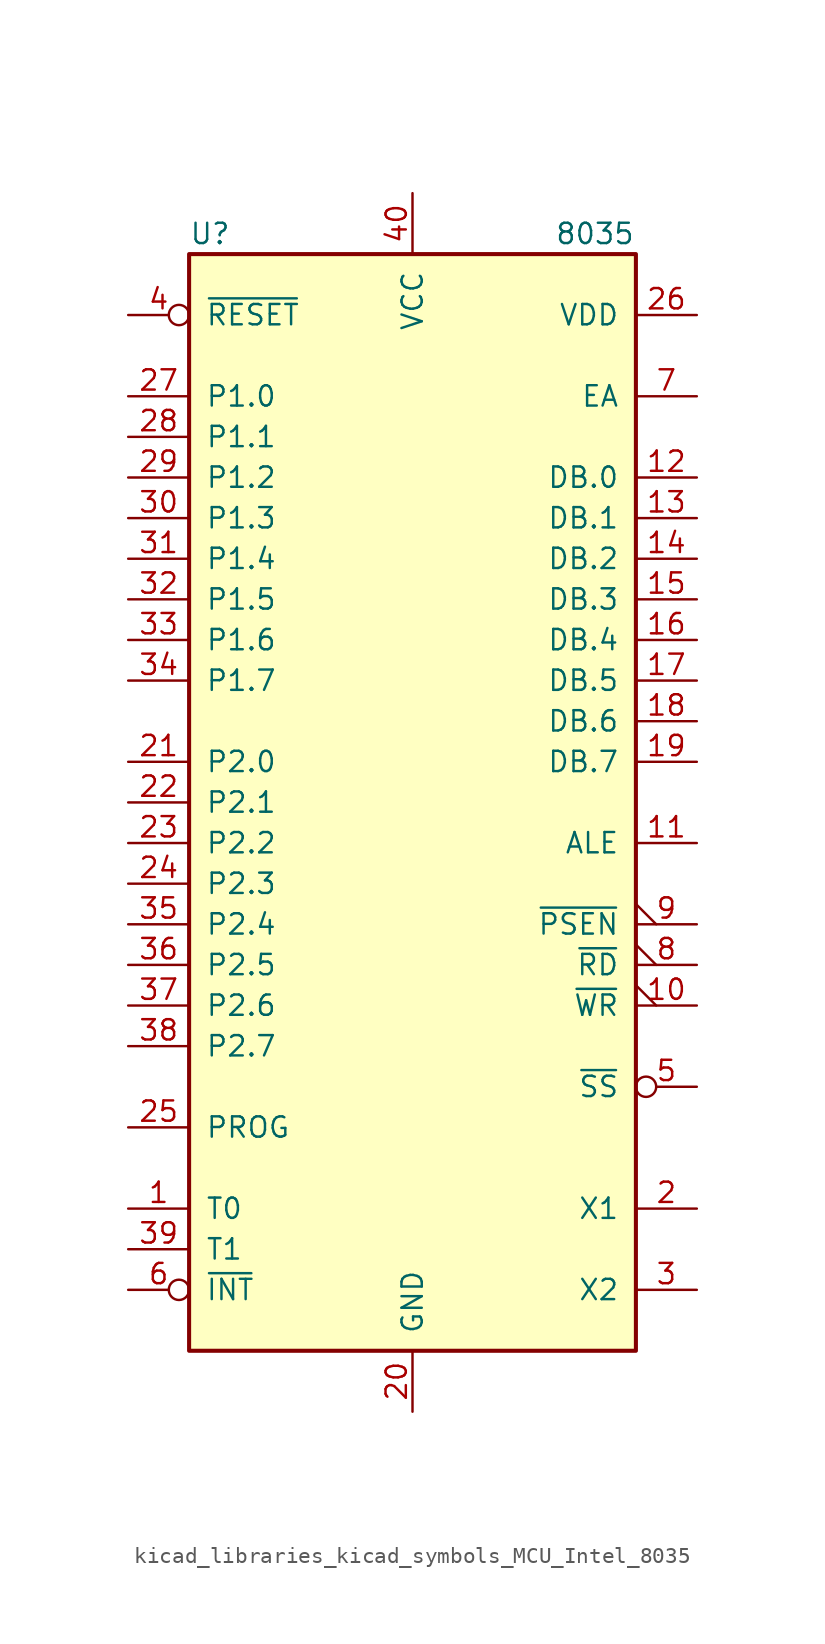
<source format=kicad_sym>
(kicad_symbol_lib
  (version 20220914)
  (generator kicad_symbol_editor)
  (symbol "kicad_libraries_kicad_symbols_MCU_Intel_8035"
    (pin_names
      (offset 1.016))
    (property "Reference" "U"
      (at -13.97 35.56 0)
      (effects (font (size 1.27 1.27)) (justify left)))
    (property "Value" "8035"
      (at 8.89 35.56 0)
      (effects (font (size 1.27 1.27)) (justify left)))
    (symbol "kicad_libraries_kicad_symbols_MCU_Intel_8035_1_1"
      (rectangle (start -13.97 -34.29) (end 13.97 34.29) (stroke (width 0.254) (type default)) (fill (type background)))
      (pin input line (at -17.78 -25.4 0) (length 3.81) (name "T0" (effects (font (size 1.27 1.27)))) (number "1" (effects (font (size 1.27 1.27)))))
      (pin output output_low (at 17.78 -12.7 180) (length 3.81) (name "~{WR}" (effects (font (size 1.27 1.27)))) (number "10" (effects (font (size 1.27 1.27)))))
      (pin output line (at 17.78 -2.54 180) (length 3.81) (name "ALE" (effects (font (size 1.27 1.27)))) (number "11" (effects (font (size 1.27 1.27)))))
      (pin bidirectional line (at 17.78 20.32 180) (length 3.81) (name "DB.0" (effects (font (size 1.27 1.27)))) (number "12" (effects (font (size 1.27 1.27)))))
      (pin bidirectional line (at 17.78 17.78 180) (length 3.81) (name "DB.1" (effects (font (size 1.27 1.27)))) (number "13" (effects (font (size 1.27 1.27)))))
      (pin bidirectional line (at 17.78 15.24 180) (length 3.81) (name "DB.2" (effects (font (size 1.27 1.27)))) (number "14" (effects (font (size 1.27 1.27)))))
      (pin bidirectional line (at 17.78 12.7 180) (length 3.81) (name "DB.3" (effects (font (size 1.27 1.27)))) (number "15" (effects (font (size 1.27 1.27)))))
      (pin bidirectional line (at 17.78 10.16 180) (length 3.81) (name "DB.4" (effects (font (size 1.27 1.27)))) (number "16" (effects (font (size 1.27 1.27)))))
      (pin bidirectional line (at 17.78 7.62 180) (length 3.81) (name "DB.5" (effects (font (size 1.27 1.27)))) (number "17" (effects (font (size 1.27 1.27)))))
      (pin bidirectional line (at 17.78 5.08 180) (length 3.81) (name "DB.6" (effects (font (size 1.27 1.27)))) (number "18" (effects (font (size 1.27 1.27)))))
      (pin bidirectional line (at 17.78 2.54 180) (length 3.81) (name "DB.7" (effects (font (size 1.27 1.27)))) (number "19" (effects (font (size 1.27 1.27)))))
      (pin input line (at 17.78 -25.4 180) (length 3.81) (name "X1" (effects (font (size 1.27 1.27)))) (number "2" (effects (font (size 1.27 1.27)))))
      (pin power_in line (at 0 -38.1 90) (length 3.81) (name "GND" (effects (font (size 1.27 1.27)))) (number "20" (effects (font (size 1.27 1.27)))))
      (pin bidirectional line (at -17.78 2.54 0) (length 3.81) (name "P2.0" (effects (font (size 1.27 1.27)))) (number "21" (effects (font (size 1.27 1.27)))))
      (pin bidirectional line (at -17.78 0 0) (length 3.81) (name "P2.1" (effects (font (size 1.27 1.27)))) (number "22" (effects (font (size 1.27 1.27)))))
      (pin bidirectional line (at -17.78 -2.54 0) (length 3.81) (name "P2.2" (effects (font (size 1.27 1.27)))) (number "23" (effects (font (size 1.27 1.27)))))
      (pin bidirectional line (at -17.78 -5.08 0) (length 3.81) (name "P2.3" (effects (font (size 1.27 1.27)))) (number "24" (effects (font (size 1.27 1.27)))))
      (pin output line (at -17.78 -20.32 0) (length 3.81) (name "PROG" (effects (font (size 1.27 1.27)))) (number "25" (effects (font (size 1.27 1.27)))))
      (pin power_in line (at 17.78 30.48 180) (length 3.81) (name "VDD" (effects (font (size 1.27 1.27)))) (number "26" (effects (font (size 1.27 1.27)))))
      (pin bidirectional line (at -17.78 25.4 0) (length 3.81) (name "P1.0" (effects (font (size 1.27 1.27)))) (number "27" (effects (font (size 1.27 1.27)))))
      (pin bidirectional line (at -17.78 22.86 0) (length 3.81) (name "P1.1" (effects (font (size 1.27 1.27)))) (number "28" (effects (font (size 1.27 1.27)))))
      (pin bidirectional line (at -17.78 20.32 0) (length 3.81) (name "P1.2" (effects (font (size 1.27 1.27)))) (number "29" (effects (font (size 1.27 1.27)))))
      (pin output line (at 17.78 -30.48 180) (length 3.81) (name "X2" (effects (font (size 1.27 1.27)))) (number "3" (effects (font (size 1.27 1.27)))))
      (pin bidirectional line (at -17.78 17.78 0) (length 3.81) (name "P1.3" (effects (font (size 1.27 1.27)))) (number "30" (effects (font (size 1.27 1.27)))))
      (pin bidirectional line (at -17.78 15.24 0) (length 3.81) (name "P1.4" (effects (font (size 1.27 1.27)))) (number "31" (effects (font (size 1.27 1.27)))))
      (pin bidirectional line (at -17.78 12.7 0) (length 3.81) (name "P1.5" (effects (font (size 1.27 1.27)))) (number "32" (effects (font (size 1.27 1.27)))))
      (pin bidirectional line (at -17.78 10.16 0) (length 3.81) (name "P1.6" (effects (font (size 1.27 1.27)))) (number "33" (effects (font (size 1.27 1.27)))))
      (pin bidirectional line (at -17.78 7.62 0) (length 3.81) (name "P1.7" (effects (font (size 1.27 1.27)))) (number "34" (effects (font (size 1.27 1.27)))))
      (pin bidirectional line (at -17.78 -7.62 0) (length 3.81) (name "P2.4" (effects (font (size 1.27 1.27)))) (number "35" (effects (font (size 1.27 1.27)))))
      (pin bidirectional line (at -17.78 -10.16 0) (length 3.81) (name "P2.5" (effects (font (size 1.27 1.27)))) (number "36" (effects (font (size 1.27 1.27)))))
      (pin bidirectional line (at -17.78 -12.7 0) (length 3.81) (name "P2.6" (effects (font (size 1.27 1.27)))) (number "37" (effects (font (size 1.27 1.27)))))
      (pin bidirectional line (at -17.78 -15.24 0) (length 3.81) (name "P2.7" (effects (font (size 1.27 1.27)))) (number "38" (effects (font (size 1.27 1.27)))))
      (pin input line (at -17.78 -27.94 0) (length 3.81) (name "T1" (effects (font (size 1.27 1.27)))) (number "39" (effects (font (size 1.27 1.27)))))
      (pin input inverted (at -17.78 30.48 0) (length 3.81) (name "~{RESET}" (effects (font (size 1.27 1.27)))) (number "4" (effects (font (size 1.27 1.27)))))
      (pin power_in line (at 0 38.1 270) (length 3.81) (name "VCC" (effects (font (size 1.27 1.27)))) (number "40" (effects (font (size 1.27 1.27)))))
      (pin input inverted (at 17.78 -17.78 180) (length 3.81) (name "~{SS}" (effects (font (size 1.27 1.27)))) (number "5" (effects (font (size 1.27 1.27)))))
      (pin input inverted (at -17.78 -30.48 0) (length 3.81) (name "~{INT}" (effects (font (size 1.27 1.27)))) (number "6" (effects (font (size 1.27 1.27)))))
      (pin input line (at 17.78 25.4 180) (length 3.81) (name "EA" (effects (font (size 1.27 1.27)))) (number "7" (effects (font (size 1.27 1.27)))))
      (pin output output_low (at 17.78 -10.16 180) (length 3.81) (name "~{RD}" (effects (font (size 1.27 1.27)))) (number "8" (effects (font (size 1.27 1.27)))))
      (pin output output_low (at 17.78 -7.62 180) (length 3.81) (name "~{PSEN}" (effects (font (size 1.27 1.27)))) (number "9" (effects (font (size 1.27 1.27))))))))
</source>
